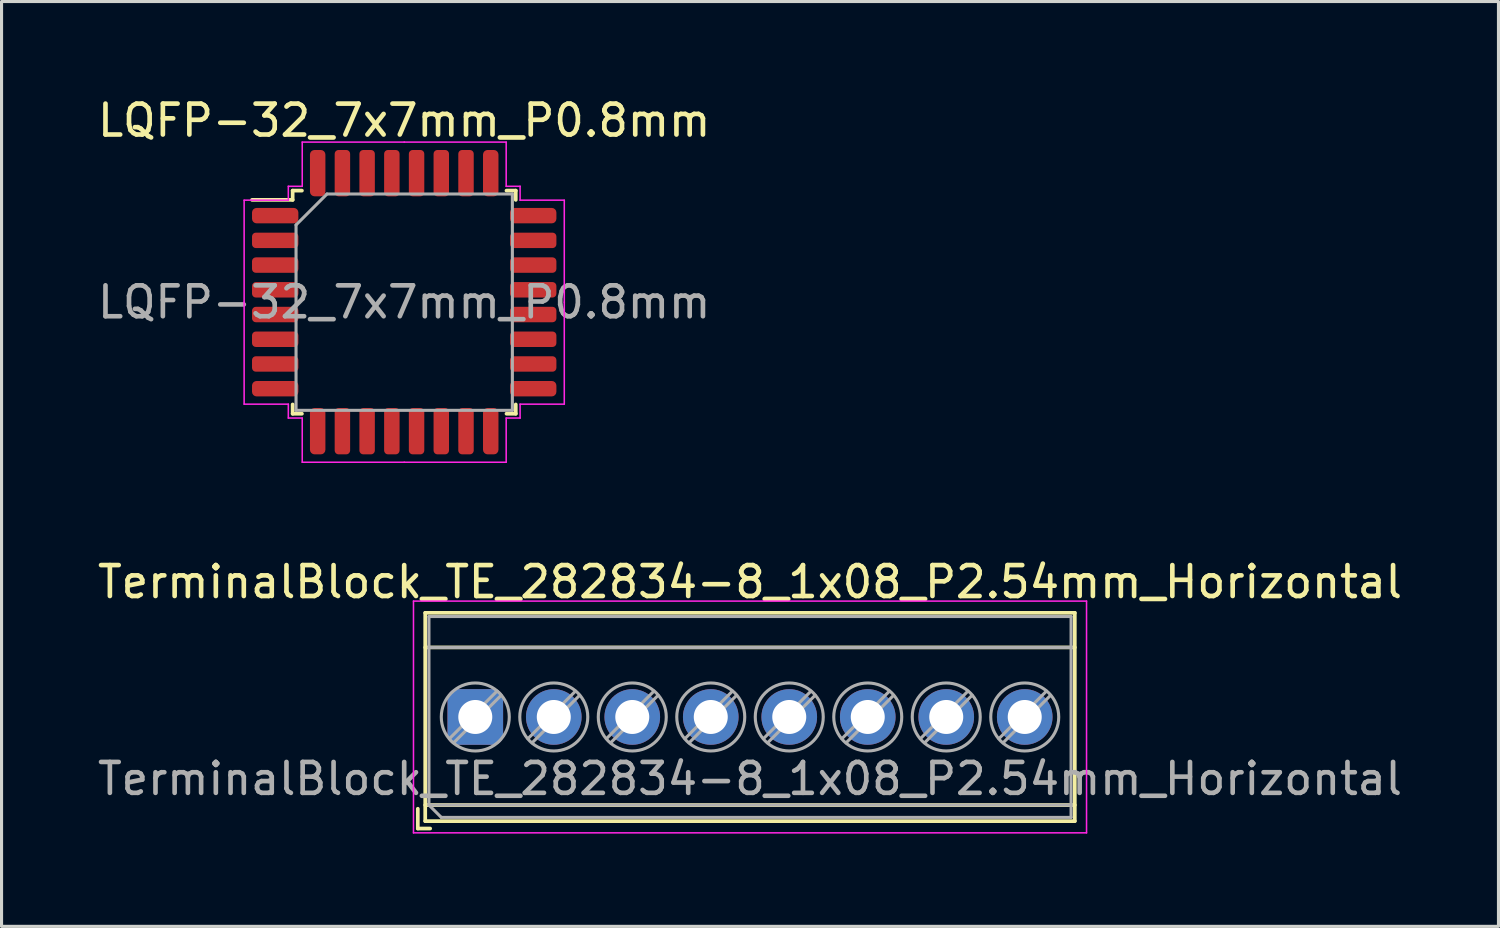
<source format=kicad_pcb>
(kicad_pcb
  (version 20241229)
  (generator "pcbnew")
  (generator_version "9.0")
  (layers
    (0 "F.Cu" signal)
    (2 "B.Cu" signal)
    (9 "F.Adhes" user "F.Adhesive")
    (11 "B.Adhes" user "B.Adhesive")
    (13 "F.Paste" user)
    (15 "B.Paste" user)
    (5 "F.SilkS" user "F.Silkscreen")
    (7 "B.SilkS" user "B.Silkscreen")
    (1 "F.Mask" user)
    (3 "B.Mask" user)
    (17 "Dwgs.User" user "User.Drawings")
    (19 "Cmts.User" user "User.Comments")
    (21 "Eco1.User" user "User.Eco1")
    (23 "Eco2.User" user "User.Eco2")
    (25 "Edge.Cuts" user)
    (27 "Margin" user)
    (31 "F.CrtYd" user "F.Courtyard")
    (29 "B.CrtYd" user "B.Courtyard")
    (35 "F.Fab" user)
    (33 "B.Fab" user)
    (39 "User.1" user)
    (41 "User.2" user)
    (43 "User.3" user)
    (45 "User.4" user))
  (footprint "TerminalBlock_TE_282834-8_1x08_P2.54mm_Horizontal"
    (layer "F.Cu")
    (at 12.33 20.151)
    (property "Reference" "TerminalBlock_TE_282834-8_1x08_P2.54mm_Horizontal" (at 8.89 -4.37 0) (layer "F.SilkS") (effects (font (size 1 1) (thickness 0.15))))
    (attr through_hole)
    (fp_line (start -1.86 2.97) (end -1.86 3.61) (stroke (width 0.12) (type solid)) (layer "F.SilkS"))
    (fp_line (start -1.86 3.61) (end -1.46 3.61) (stroke (width 0.12) (type solid)) (layer "F.SilkS"))
    (fp_line (start -1.62 -3.37) (end -1.62 3.37) (stroke (width 0.12) (type solid)) (layer "F.SilkS"))
    (fp_line (start -1.62 -3.37) (end 19.4 -3.37) (stroke (width 0.12) (type solid)) (layer "F.SilkS"))
    (fp_line (start -1.62 -2.25) (end 19.4 -2.25) (stroke (width 0.12) (type solid)) (layer "F.SilkS"))
    (fp_line (start -1.62 2.85) (end 19.4 2.85) (stroke (width 0.12) (type solid)) (layer "F.SilkS"))
    (fp_line (start -1.62 3.37) (end 19.4 3.37) (stroke (width 0.12) (type solid)) (layer "F.SilkS"))
    (fp_line (start 19.4 -3.37) (end 19.4 3.37) (stroke (width 0.12) (type solid)) (layer "F.SilkS"))
    (fp_line (start -2 -3.75) (end -2 3.75) (stroke (width 0.05) (type solid)) (layer "F.CrtYd"))
    (fp_line (start -2 3.75) (end 19.78 3.75) (stroke (width 0.05) (type solid)) (layer "F.CrtYd"))
    (fp_line (start 19.78 -3.75) (end -2 -3.75) (stroke (width 0.05) (type solid)) (layer "F.CrtYd"))
    (fp_line (start 19.78 3.75) (end 19.78 -3.75) (stroke (width 0.05) (type solid)) (layer "F.CrtYd"))
    (fp_line (start -1.5 -3.25) (end 19.28 -3.25) (stroke (width 0.1) (type solid)) (layer "F.Fab"))
    (fp_line (start -1.5 -2.25) (end 19.28 -2.25) (stroke (width 0.1) (type solid)) (layer "F.Fab"))
    (fp_line (start -1.5 2.85) (end -1.5 -3.25) (stroke (width 0.1) (type solid)) (layer "F.Fab"))
    (fp_line (start -1.5 2.85) (end 19.28 2.85) (stroke (width 0.1) (type solid)) (layer "F.Fab"))
    (fp_line (start -1.1 3.25) (end -1.5 2.85) (stroke (width 0.1) (type solid)) (layer "F.Fab"))
    (fp_line (start 0.701 -0.835) (end -0.835 0.7) (stroke (width 0.1) (type solid)) (layer "F.Fab"))
    (fp_line (start 0.835 -0.7) (end -0.701 0.835) (stroke (width 0.1) (type solid)) (layer "F.Fab"))
    (fp_line (start 3.241 -0.835) (end 1.706 0.7) (stroke (width 0.1) (type solid)) (layer "F.Fab"))
    (fp_line (start 3.375 -0.7) (end 1.84 0.835) (stroke (width 0.1) (type solid)) (layer "F.Fab"))
    (fp_line (start 5.781 -0.835) (end 4.246 0.7) (stroke (width 0.1) (type solid)) (layer "F.Fab"))
    (fp_line (start 5.915 -0.7) (end 4.38 0.835) (stroke (width 0.1) (type solid)) (layer "F.Fab"))
    (fp_line (start 8.321 -0.835) (end 6.786 0.7) (stroke (width 0.1) (type solid)) (layer "F.Fab"))
    (fp_line (start 8.455 -0.7) (end 6.92 0.835) (stroke (width 0.1) (type solid)) (layer "F.Fab"))
    (fp_line (start 10.861 -0.835) (end 9.326 0.7) (stroke (width 0.1) (type solid)) (layer "F.Fab"))
    (fp_line (start 10.995 -0.7) (end 9.46 0.835) (stroke (width 0.1) (type solid)) (layer "F.Fab"))
    (fp_line (start 13.401 -0.835) (end 11.866 0.7) (stroke (width 0.1) (type solid)) (layer "F.Fab"))
    (fp_line (start 13.535 -0.7) (end 12 0.835) (stroke (width 0.1) (type solid)) (layer "F.Fab"))
    (fp_line (start 15.941 -0.835) (end 14.406 0.7) (stroke (width 0.1) (type solid)) (layer "F.Fab"))
    (fp_line (start 16.075 -0.7) (end 14.54 0.835) (stroke (width 0.1) (type solid)) (layer "F.Fab"))
    (fp_line (start 18.481 -0.835) (end 16.946 0.7) (stroke (width 0.1) (type solid)) (layer "F.Fab"))
    (fp_line (start 18.615 -0.7) (end 17.08 0.835) (stroke (width 0.1) (type solid)) (layer "F.Fab"))
    (fp_line (start 19.28 -3.25) (end 19.28 3.25) (stroke (width 0.1) (type solid)) (layer "F.Fab"))
    (fp_line (start 19.28 3.25) (end -1.1 3.25) (stroke (width 0.1) (type solid)) (layer "F.Fab"))
    (fp_circle (center 0 0) (end 1.1 0) (stroke (width 0.1) (type solid)) (fill no) (layer "F.Fab"))
    (fp_circle (center 2.54 0) (end 3.64 0) (stroke (width 0.1) (type solid)) (fill no) (layer "F.Fab"))
    (fp_circle (center 5.08 0) (end 6.18 0) (stroke (width 0.1) (type solid)) (fill no) (layer "F.Fab"))
    (fp_circle (center 7.62 0) (end 8.72 0) (stroke (width 0.1) (type solid)) (fill no) (layer "F.Fab"))
    (fp_circle (center 10.16 0) (end 11.26 0) (stroke (width 0.1) (type solid)) (fill no) (layer "F.Fab"))
    (fp_circle (center 12.7 0) (end 13.8 0) (stroke (width 0.1) (type solid)) (fill no) (layer "F.Fab"))
    (fp_circle (center 15.24 0) (end 16.34 0) (stroke (width 0.1) (type solid)) (fill no) (layer "F.Fab"))
    (fp_circle (center 17.78 0) (end 18.88 0) (stroke (width 0.1) (type solid)) (fill no) (layer "F.Fab"))
    (fp_text user "${REFERENCE}" (at 8.89 2 0) (layer "F.Fab") (effects (font (size 1 1) (thickness 0.15))))
    (pad "1" thru_hole roundrect (at 0 0) (size 1.8 1.8) (drill 1.1) (layers "*.Cu" "*.Mask") (remove_unused_layers yes) (keep_end_layers yes) (zone_layer_connections) (roundrect_rratio 0.167))
    (pad "2" thru_hole circle (at 2.54 0) (size 1.8 1.8) (drill 1.1) (layers "*.Cu" "*.Mask") (remove_unused_layers yes) (keep_end_layers yes) (zone_layer_connections))
    (pad "3" thru_hole circle (at 5.08 0) (size 1.8 1.8) (drill 1.1) (layers "*.Cu" "*.Mask") (remove_unused_layers yes) (keep_end_layers yes) (zone_layer_connections))
    (pad "4" thru_hole circle (at 7.62 0) (size 1.8 1.8) (drill 1.1) (layers "*.Cu" "*.Mask") (remove_unused_layers yes) (keep_end_layers yes) (zone_layer_connections))
    (pad "5" thru_hole circle (at 10.16 0) (size 1.8 1.8) (drill 1.1) (layers "*.Cu" "*.Mask") (remove_unused_layers yes) (keep_end_layers yes) (zone_layer_connections))
    (pad "6" thru_hole circle (at 12.7 0) (size 1.8 1.8) (drill 1.1) (layers "*.Cu" "*.Mask") (remove_unused_layers yes) (keep_end_layers yes) (zone_layer_connections))
    (pad "7" thru_hole circle (at 15.24 0) (size 1.8 1.8) (drill 1.1) (layers "*.Cu" "*.Mask") (remove_unused_layers yes) (keep_end_layers yes) (zone_layer_connections))
    (pad "8" thru_hole circle (at 17.78 0) (size 1.8 1.8) (drill 1.1) (layers "*.Cu" "*.Mask") (remove_unused_layers yes) (keep_end_layers yes) (zone_layer_connections)))
  (footprint "LQFP-32_7x7mm_P0.8mm"
    (layer "F.Cu")
    (at 10.03 6.728)
    (property "Reference" "LQFP-32_7x7mm_P0.8mm" (at 0 -5.88 0) (layer "F.SilkS") (effects (font (size 1 1) (thickness 0.15))))
    (attr smd)
    (fp_line (start -3.61 -3.61) (end -3.61 -3.31) (stroke (width 0.12) (type solid)) (layer "F.SilkS"))
    (fp_line (start -3.61 -3.31) (end -4.925 -3.31) (stroke (width 0.12) (type solid)) (layer "F.SilkS"))
    (fp_line (start -3.61 3.61) (end -3.61 3.31) (stroke (width 0.12) (type solid)) (layer "F.SilkS"))
    (fp_line (start -3.31 -3.61) (end -3.61 -3.61) (stroke (width 0.12) (type solid)) (layer "F.SilkS"))
    (fp_line (start -3.31 3.61) (end -3.61 3.61) (stroke (width 0.12) (type solid)) (layer "F.SilkS"))
    (fp_line (start 3.31 -3.61) (end 3.61 -3.61) (stroke (width 0.12) (type solid)) (layer "F.SilkS"))
    (fp_line (start 3.31 3.61) (end 3.61 3.61) (stroke (width 0.12) (type solid)) (layer "F.SilkS"))
    (fp_line (start 3.61 -3.61) (end 3.61 -3.31) (stroke (width 0.12) (type solid)) (layer "F.SilkS"))
    (fp_line (start 3.61 3.61) (end 3.61 3.31) (stroke (width 0.12) (type solid)) (layer "F.SilkS"))
    (fp_line (start -5.18 -3.3) (end -5.18 0) (stroke (width 0.05) (type solid)) (layer "F.CrtYd"))
    (fp_line (start -5.18 3.3) (end -5.18 0) (stroke (width 0.05) (type solid)) (layer "F.CrtYd"))
    (fp_line (start -3.75 -3.75) (end -3.75 -3.3) (stroke (width 0.05) (type solid)) (layer "F.CrtYd"))
    (fp_line (start -3.75 -3.3) (end -5.18 -3.3) (stroke (width 0.05) (type solid)) (layer "F.CrtYd"))
    (fp_line (start -3.75 3.3) (end -5.18 3.3) (stroke (width 0.05) (type solid)) (layer "F.CrtYd"))
    (fp_line (start -3.75 3.75) (end -3.75 3.3) (stroke (width 0.05) (type solid)) (layer "F.CrtYd"))
    (fp_line (start -3.3 -5.18) (end -3.3 -3.75) (stroke (width 0.05) (type solid)) (layer "F.CrtYd"))
    (fp_line (start -3.3 -3.75) (end -3.75 -3.75) (stroke (width 0.05) (type solid)) (layer "F.CrtYd"))
    (fp_line (start -3.3 3.75) (end -3.75 3.75) (stroke (width 0.05) (type solid)) (layer "F.CrtYd"))
    (fp_line (start -3.3 5.18) (end -3.3 3.75) (stroke (width 0.05) (type solid)) (layer "F.CrtYd"))
    (fp_line (start 0 -5.18) (end -3.3 -5.18) (stroke (width 0.05) (type solid)) (layer "F.CrtYd"))
    (fp_line (start 0 -5.18) (end 3.3 -5.18) (stroke (width 0.05) (type solid)) (layer "F.CrtYd"))
    (fp_line (start 0 5.18) (end -3.3 5.18) (stroke (width 0.05) (type solid)) (layer "F.CrtYd"))
    (fp_line (start 0 5.18) (end 3.3 5.18) (stroke (width 0.05) (type solid)) (layer "F.CrtYd"))
    (fp_line (start 3.3 -5.18) (end 3.3 -3.75) (stroke (width 0.05) (type solid)) (layer "F.CrtYd"))
    (fp_line (start 3.3 -3.75) (end 3.75 -3.75) (stroke (width 0.05) (type solid)) (layer "F.CrtYd"))
    (fp_line (start 3.3 3.75) (end 3.75 3.75) (stroke (width 0.05) (type solid)) (layer "F.CrtYd"))
    (fp_line (start 3.3 5.18) (end 3.3 3.75) (stroke (width 0.05) (type solid)) (layer "F.CrtYd"))
    (fp_line (start 3.75 -3.75) (end 3.75 -3.3) (stroke (width 0.05) (type solid)) (layer "F.CrtYd"))
    (fp_line (start 3.75 -3.3) (end 5.18 -3.3) (stroke (width 0.05) (type solid)) (layer "F.CrtYd"))
    (fp_line (start 3.75 3.3) (end 5.18 3.3) (stroke (width 0.05) (type solid)) (layer "F.CrtYd"))
    (fp_line (start 3.75 3.75) (end 3.75 3.3) (stroke (width 0.05) (type solid)) (layer "F.CrtYd"))
    (fp_line (start 5.18 -3.3) (end 5.18 0) (stroke (width 0.05) (type solid)) (layer "F.CrtYd"))
    (fp_line (start 5.18 3.3) (end 5.18 0) (stroke (width 0.05) (type solid)) (layer "F.CrtYd"))
    (fp_line (start -3.5 -2.5) (end -2.5 -3.5) (stroke (width 0.1) (type solid)) (layer "F.Fab"))
    (fp_line (start -3.5 3.5) (end -3.5 -2.5) (stroke (width 0.1) (type solid)) (layer "F.Fab"))
    (fp_line (start -2.5 -3.5) (end 3.5 -3.5) (stroke (width 0.1) (type solid)) (layer "F.Fab"))
    (fp_line (start 3.5 -3.5) (end 3.5 3.5) (stroke (width 0.1) (type solid)) (layer "F.Fab"))
    (fp_line (start 3.5 3.5) (end -3.5 3.5) (stroke (width 0.1) (type solid)) (layer "F.Fab"))
    (fp_text user "${REFERENCE}" (at 0 0 0) (layer "F.Fab") (effects (font (size 1 1) (thickness 0.15))))
    (pad "1" smd roundrect (at -4.175 -2.8) (size 1.5 0.5) (layers "F.Cu" "F.Mask" "F.Paste") (roundrect_rratio 0.3))
    (pad "2" smd roundrect (at -4.175 -2) (size 1.5 0.5) (layers "F.Cu" "F.Mask" "F.Paste") (roundrect_rratio 0.25))
    (pad "3" smd roundrect (at -4.175 -1.2) (size 1.5 0.5) (layers "F.Cu" "F.Mask" "F.Paste") (roundrect_rratio 0.25))
    (pad "4" smd roundrect (at -4.175 -0.4) (size 1.5 0.5) (layers "F.Cu" "F.Mask" "F.Paste") (roundrect_rratio 0.25))
    (pad "5" smd roundrect (at -4.175 0.4) (size 1.5 0.5) (layers "F.Cu" "F.Mask" "F.Paste") (roundrect_rratio 0.25))
    (pad "6" smd roundrect (at -4.175 1.2) (size 1.5 0.5) (layers "F.Cu" "F.Mask" "F.Paste") (roundrect_rratio 0.25))
    (pad "7" smd roundrect (at -4.175 2) (size 1.5 0.5) (layers "F.Cu" "F.Mask" "F.Paste") (roundrect_rratio 0.25))
    (pad "8" smd roundrect (at -4.175 2.8) (size 1.5 0.5) (layers "F.Cu" "F.Mask" "F.Paste") (roundrect_rratio 0.3))
    (pad "9" smd roundrect (at -2.8 4.175) (size 0.5 1.5) (layers "F.Cu" "F.Mask" "F.Paste") (roundrect_rratio 0.3))
    (pad "10" smd roundrect (at -2 4.175) (size 0.5 1.5) (layers "F.Cu" "F.Mask" "F.Paste") (roundrect_rratio 0.25))
    (pad "11" smd roundrect (at -1.2 4.175) (size 0.5 1.5) (layers "F.Cu" "F.Mask" "F.Paste") (roundrect_rratio 0.25))
    (pad "12" smd roundrect (at -0.4 4.175) (size 0.5 1.5) (layers "F.Cu" "F.Mask" "F.Paste") (roundrect_rratio 0.25))
    (pad "13" smd roundrect (at 0.4 4.175) (size 0.5 1.5) (layers "F.Cu" "F.Mask" "F.Paste") (roundrect_rratio 0.25))
    (pad "14" smd roundrect (at 1.2 4.175) (size 0.5 1.5) (layers "F.Cu" "F.Mask" "F.Paste") (roundrect_rratio 0.25))
    (pad "15" smd roundrect (at 2 4.175) (size 0.5 1.5) (layers "F.Cu" "F.Mask" "F.Paste") (roundrect_rratio 0.25))
    (pad "16" smd roundrect (at 2.8 4.175) (size 0.5 1.5) (layers "F.Cu" "F.Mask" "F.Paste") (roundrect_rratio 0.3))
    (pad "17" smd roundrect (at 4.175 2.8) (size 1.5 0.5) (layers "F.Cu" "F.Mask" "F.Paste") (roundrect_rratio 0.3))
    (pad "18" smd roundrect (at 4.175 2) (size 1.5 0.5) (layers "F.Cu" "F.Mask" "F.Paste") (roundrect_rratio 0.25))
    (pad "19" smd roundrect (at 4.175 1.2) (size 1.5 0.5) (layers "F.Cu" "F.Mask" "F.Paste") (roundrect_rratio 0.25))
    (pad "20" smd roundrect (at 4.175 0.4) (size 1.5 0.5) (layers "F.Cu" "F.Mask" "F.Paste") (roundrect_rratio 0.25))
    (pad "21" smd roundrect (at 4.175 -0.4) (size 1.5 0.5) (layers "F.Cu" "F.Mask" "F.Paste") (roundrect_rratio 0.25))
    (pad "22" smd roundrect (at 4.175 -1.2) (size 1.5 0.5) (layers "F.Cu" "F.Mask" "F.Paste") (roundrect_rratio 0.25))
    (pad "23" smd roundrect (at 4.175 -2) (size 1.5 0.5) (layers "F.Cu" "F.Mask" "F.Paste") (roundrect_rratio 0.25))
    (pad "24" smd roundrect (at 4.175 -2.8) (size 1.5 0.5) (layers "F.Cu" "F.Mask" "F.Paste") (roundrect_rratio 0.3))
    (pad "25" smd roundrect (at 2.8 -4.175) (size 0.5 1.5) (layers "F.Cu" "F.Mask" "F.Paste") (roundrect_rratio 0.3))
    (pad "26" smd roundrect (at 2 -4.175) (size 0.5 1.5) (layers "F.Cu" "F.Mask" "F.Paste") (roundrect_rratio 0.25))
    (pad "27" smd roundrect (at 1.2 -4.175) (size 0.5 1.5) (layers "F.Cu" "F.Mask" "F.Paste") (roundrect_rratio 0.25))
    (pad "28" smd roundrect (at 0.4 -4.175) (size 0.5 1.5) (layers "F.Cu" "F.Mask" "F.Paste") (roundrect_rratio 0.25))
    (pad "29" smd roundrect (at -0.4 -4.175) (size 0.5 1.5) (layers "F.Cu" "F.Mask" "F.Paste") (roundrect_rratio 0.25))
    (pad "30" smd roundrect (at -1.2 -4.175) (size 0.5 1.5) (layers "F.Cu" "F.Mask" "F.Paste") (roundrect_rratio 0.25))
    (pad "31" smd roundrect (at -2 -4.175) (size 0.5 1.5) (layers "F.Cu" "F.Mask" "F.Paste") (roundrect_rratio 0.25))
    (pad "32" smd roundrect (at -2.8 -4.175) (size 0.5 1.5) (layers "F.Cu" "F.Mask" "F.Paste") (roundrect_rratio 0.3)))
  (gr_rect
    (start -3 -3)
    (end 45.44 26.927)
    (stroke (width 0.1) (type default))
    (fill no)
    (layer "Edge.Cuts")))
</source>
